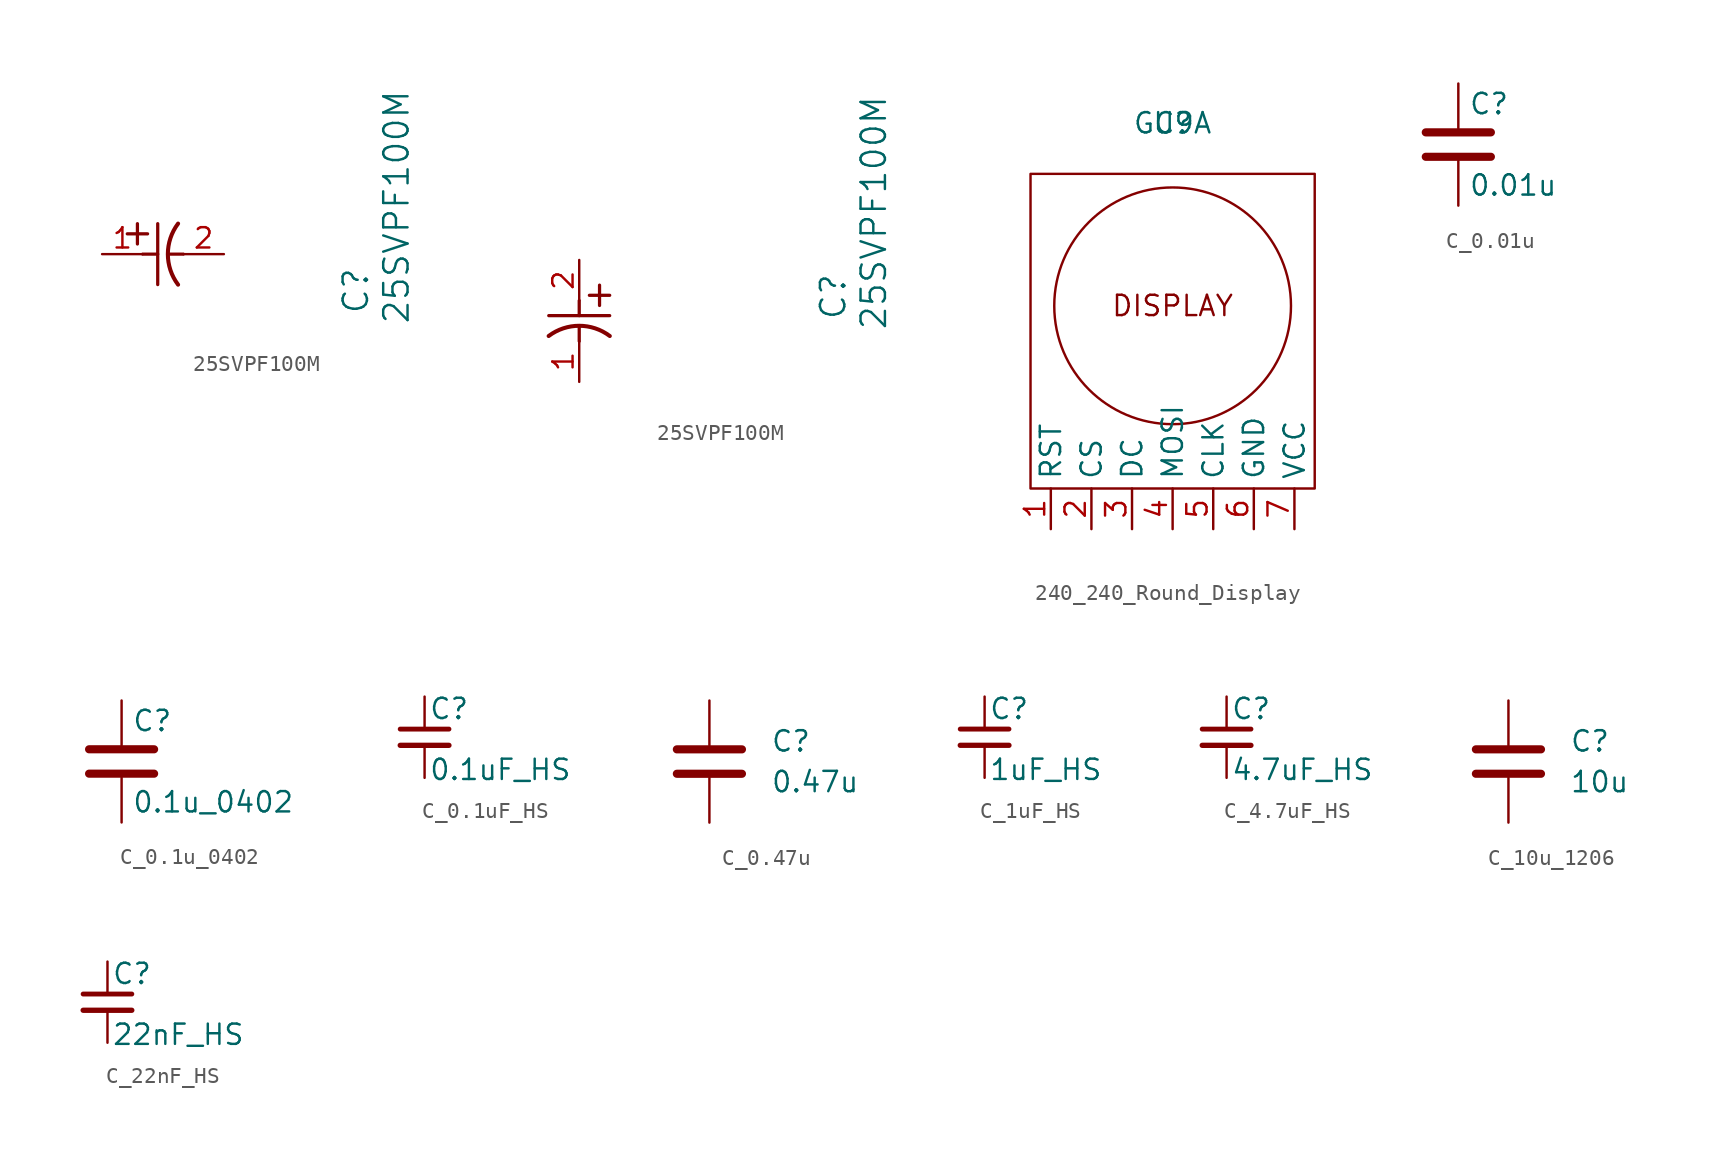
<source format=kicad_sym>
(kicad_symbol_lib
  (version 20241209)
  (generator "kicad_symbol_editor")
  (generator_version "9.0")
  (symbol "25SVPF100M"
    (pin_names
      (offset 0.254))
    (property "Reference" "C"
      (at 15.875 -3.81 90)
      (effects (font (size 1.524 1.524)) (justify left)))
    (property "Value" "25SVPF100M"
      (at 18.415 -4.445 90)
      (effects (font (size 1.524 1.524)) (justify left)))
    (symbol "25SVPF100M_1_1"
      (polyline (pts (xy 1.575 1.27) (xy 2.845 1.27)) (stroke (width 0.203) (type default)) (fill (type none)))
      (polyline (pts (xy 2.21 0.635) (xy 2.21 1.905)) (stroke (width 0.203) (type default)) (fill (type none)))
      (polyline (pts (xy 2.54 0) (xy 3.48 0)) (stroke (width 0.203) (type default)) (fill (type none)))
      (polyline (pts (xy 3.48 -1.905) (xy 3.48 1.905)) (stroke (width 0.203) (type default)) (fill (type none)))
      (polyline (pts (xy 4.115 0) (xy 5.08 0)) (stroke (width 0.203) (type default)) (fill (type none)))
      (arc (start 4.7541 -1.9108) (mid 4.1148 0) (end 4.7541 1.9108) (stroke (width 0.254) (type default)) (fill (type none)))
      (pin unspecified line (at 0 0 0) (length 2.54) (name "" (effects (font (size 1.27 1.27)))) (number "1" (effects (font (size 1.27 1.27)))))
      (pin unspecified line (at 7.62 0 180) (length 2.54) (name "" (effects (font (size 1.27 1.27)))) (number "2" (effects (font (size 1.27 1.27))))))
    (symbol "25SVPF100M_1_2"
      (polyline (pts (xy -1.905 -3.48) (xy 1.905 -3.48)) (stroke (width 0.203) (type default)) (fill (type none)))
      (polyline (pts (xy 0 -2.54) (xy 0 -3.48)) (stroke (width 0.203) (type default)) (fill (type none)))
      (polyline (pts (xy 0 -4.115) (xy 0 -5.08)) (stroke (width 0.203) (type default)) (fill (type none)))
      (arc (start -1.9108 -4.7541) (mid 0 -4.1148) (end 1.9108 -4.7541) (stroke (width 0.254) (type default)) (fill (type none)))
      (polyline (pts (xy 0.635 -2.21) (xy 1.905 -2.21)) (stroke (width 0.203) (type default)) (fill (type none)))
      (polyline (pts (xy 1.27 -1.575) (xy 1.27 -2.845)) (stroke (width 0.203) (type default)) (fill (type none)))
      (pin unspecified line (at 0 0 270) (length 2.54) (name "" (effects (font (size 1.27 1.27)))) (number "2" (effects (font (size 1.27 1.27)))))
      (pin unspecified line (at 0 -7.62 90) (length 2.54) (name "" (effects (font (size 1.27 1.27)))) (number "1" (effects (font (size 1.27 1.27)))))))
  (symbol "240_240_Round_Display"
    (property "Reference" "U"
      (at 0 0 0)
      (effects (font (size 1.27 1.27))))
    (property "Value" "GC9A"
      (at 0 0 0)
      (effects (font (size 1.27 1.27))))
    (symbol "240_240_Round_Display_0_1"
      (rectangle (start -8.89 -3.175) (end 8.89 -22.86) (stroke (width 0) (type default)) (fill (type none)))
      (circle (center 0 -11.43) (radius 7.405) (stroke (width 0) (type default)) (fill (type none))))
    (symbol "240_240_Round_Display_1_1"
      (text "DISPLAY\n" (at 0 -11.43 0) (effects (font (size 1.27 1.27))))
      (pin input line (at -7.62 -25.4 90) (length 2.54) (name "RST" (effects (font (size 1.27 1.27)))) (number "1" (effects (font (size 1.27 1.27)))))
      (pin input line (at -5.08 -25.4 90) (length 2.54) (name "CS" (effects (font (size 1.27 1.27)))) (number "2" (effects (font (size 1.27 1.27)))))
      (pin input line (at -2.54 -25.4 90) (length 2.54) (name "DC" (effects (font (size 1.27 1.27)))) (number "3" (effects (font (size 1.27 1.27)))))
      (pin input line (at 0 -25.4 90) (length 2.54) (name "MOSI" (effects (font (size 1.27 1.27)))) (number "4" (effects (font (size 1.27 1.27)))))
      (pin input line (at 2.54 -25.4 90) (length 2.54) (name "CLK" (effects (font (size 1.27 1.27)))) (number "5" (effects (font (size 1.27 1.27)))))
      (pin power_in line (at 5.08 -25.4 90) (length 2.54) (name "GND" (effects (font (size 1.27 1.27)))) (number "6" (effects (font (size 1.27 1.27)))))
      (pin power_in line (at 7.62 -25.4 90) (length 2.54) (name "VCC" (effects (font (size 1.27 1.27)))) (number "7" (effects (font (size 1.27 1.27)))))))
  (symbol "C_0.01u"
    (pin_numbers
      (hide yes))
    (pin_names
      (offset 0.254))
    (property "Reference" "C"
      (at 0.635 2.54 0)
      (effects (font (size 1.27 1.27)) (justify left)))
    (property "Value" "0.01u"
      (at 0.635 -2.54 0)
      (effects (font (size 1.27 1.27)) (justify left)))
    (symbol "C_0.01u_0_1"
      (polyline (pts (xy -2.032 0.762) (xy 2.032 0.762)) (stroke (width 0.508) (type default)) (fill (type none)))
      (polyline (pts (xy -2.032 -0.762) (xy 2.032 -0.762)) (stroke (width 0.508) (type default)) (fill (type none))))
    (symbol "C_0.01u_1_1"
      (pin passive line (at 0 3.81 270) (length 2.794) (name "~" (effects (font (size 1.27 1.27)))) (number "1" (effects (font (size 1.27 1.27)))))
      (pin passive line (at 0 -3.81 90) (length 2.794) (name "~" (effects (font (size 1.27 1.27)))) (number "2" (effects (font (size 1.27 1.27)))))))
  (symbol "C_0.1u_0402"
    (pin_numbers
      (hide yes))
    (pin_names
      (offset 0.254))
    (property "Reference" "C"
      (at 0.635 2.54 0)
      (effects (font (size 1.27 1.27)) (justify left)))
    (property "Value" "0.1u_0402"
      (at 0.635 -2.54 0)
      (effects (font (size 1.27 1.27)) (justify left)))
    (symbol "C_0.1u_0402_0_1"
      (polyline (pts (xy -2.032 0.762) (xy 2.032 0.762)) (stroke (width 0.508) (type default)) (fill (type none)))
      (polyline (pts (xy -2.032 -0.762) (xy 2.032 -0.762)) (stroke (width 0.508) (type default)) (fill (type none))))
    (symbol "C_0.1u_0402_1_1"
      (pin passive line (at 0 3.81 270) (length 2.794) (name "~" (effects (font (size 1.27 1.27)))) (number "1" (effects (font (size 1.27 1.27)))))
      (pin passive line (at 0 -3.81 90) (length 2.794) (name "~" (effects (font (size 1.27 1.27)))) (number "2" (effects (font (size 1.27 1.27)))))))
  (symbol "C_0.1uF_HS"
    (pin_numbers
      (hide yes))
    (pin_names
      (offset 0.254)
      (hide yes))
    (property "Reference" "C"
      (at 0.254 1.778 0)
      (effects (font (size 1.27 1.27)) (justify left)))
    (property "Value" "0.1uF_HS"
      (at 0.254 -2.032 0)
      (effects (font (size 1.27 1.27)) (justify left)))
    (symbol "C_0.1uF_HS_0_1"
      (polyline (pts (xy -1.524 0.508) (xy 1.524 0.508)) (stroke (width 0.305) (type default)) (fill (type none)))
      (polyline (pts (xy -1.524 -0.508) (xy 1.524 -0.508)) (stroke (width 0.33) (type default)) (fill (type none))))
    (symbol "C_0.1uF_HS_1_1"
      (pin passive line (at 0 2.54 270) (length 2.032) (name "~" (effects (font (size 1.27 1.27)))) (number "1" (effects (font (size 1.27 1.27)))))
      (pin passive line (at 0 -2.54 90) (length 2.032) (name "~" (effects (font (size 1.27 1.27)))) (number "2" (effects (font (size 1.27 1.27)))))))
  (symbol "C_0.47u"
    (pin_numbers
      (hide yes))
    (pin_names
      (offset 0.254))
    (property "Reference" "C"
      (at 3.81 1.27 0)
      (effects (font (size 1.27 1.27)) (justify left)))
    (property "Value" "0.47u"
      (at 3.81 -1.27 0)
      (effects (font (size 1.27 1.27)) (justify left)))
    (symbol "C_0.47u_0_1"
      (polyline (pts (xy -2.032 0.762) (xy 2.032 0.762)) (stroke (width 0.508) (type default)) (fill (type none)))
      (polyline (pts (xy -2.032 -0.762) (xy 2.032 -0.762)) (stroke (width 0.508) (type default)) (fill (type none))))
    (symbol "C_0.47u_1_1"
      (pin passive line (at 0 3.81 270) (length 2.794) (name "~" (effects (font (size 1.27 1.27)))) (number "1" (effects (font (size 1.27 1.27)))))
      (pin passive line (at 0 -3.81 90) (length 2.794) (name "~" (effects (font (size 1.27 1.27)))) (number "2" (effects (font (size 1.27 1.27)))))))
  (symbol "C_1uF_HS"
    (pin_numbers
      (hide yes))
    (pin_names
      (offset 0.254)
      (hide yes))
    (property "Reference" "C"
      (at 0.254 1.778 0)
      (effects (font (size 1.27 1.27)) (justify left)))
    (property "Value" "1uF_HS"
      (at 0.254 -2.032 0)
      (effects (font (size 1.27 1.27)) (justify left)))
    (symbol "C_1uF_HS_0_1"
      (polyline (pts (xy -1.524 0.508) (xy 1.524 0.508)) (stroke (width 0.305) (type default)) (fill (type none)))
      (polyline (pts (xy -1.524 -0.508) (xy 1.524 -0.508)) (stroke (width 0.33) (type default)) (fill (type none))))
    (symbol "C_1uF_HS_1_1"
      (pin passive line (at 0 2.54 270) (length 2.032) (name "~" (effects (font (size 1.27 1.27)))) (number "1" (effects (font (size 1.27 1.27)))))
      (pin passive line (at 0 -2.54 90) (length 2.032) (name "~" (effects (font (size 1.27 1.27)))) (number "2" (effects (font (size 1.27 1.27)))))))
  (symbol "C_4.7uF_HS"
    (pin_numbers
      (hide yes))
    (pin_names
      (offset 0.254)
      (hide yes))
    (property "Reference" "C"
      (at 0.254 1.778 0)
      (effects (font (size 1.27 1.27)) (justify left)))
    (property "Value" "4.7uF_HS"
      (at 0.254 -2.032 0)
      (effects (font (size 1.27 1.27)) (justify left)))
    (symbol "C_4.7uF_HS_0_1"
      (polyline (pts (xy -1.524 0.508) (xy 1.524 0.508)) (stroke (width 0.305) (type default)) (fill (type none)))
      (polyline (pts (xy -1.524 -0.508) (xy 1.524 -0.508)) (stroke (width 0.33) (type default)) (fill (type none))))
    (symbol "C_4.7uF_HS_1_1"
      (pin passive line (at 0 2.54 270) (length 2.032) (name "~" (effects (font (size 1.27 1.27)))) (number "1" (effects (font (size 1.27 1.27)))))
      (pin passive line (at 0 -2.54 90) (length 2.032) (name "~" (effects (font (size 1.27 1.27)))) (number "2" (effects (font (size 1.27 1.27)))))))
  (symbol "C_10u_1206"
    (pin_numbers
      (hide yes))
    (pin_names
      (offset 0.254))
    (property "Reference" "C"
      (at 3.81 1.27 0)
      (effects (font (size 1.27 1.27)) (justify left)))
    (property "Value" "10u"
      (at 3.81 -1.27 0)
      (effects (font (size 1.27 1.27)) (justify left)))
    (symbol "C_10u_1206_0_1"
      (polyline (pts (xy -2.032 0.762) (xy 2.032 0.762)) (stroke (width 0.508) (type default)) (fill (type none)))
      (polyline (pts (xy -2.032 -0.762) (xy 2.032 -0.762)) (stroke (width 0.508) (type default)) (fill (type none))))
    (symbol "C_10u_1206_1_1"
      (pin passive line (at 0 3.81 270) (length 2.794) (name "~" (effects (font (size 1.27 1.27)))) (number "1" (effects (font (size 1.27 1.27)))))
      (pin passive line (at 0 -3.81 90) (length 2.794) (name "~" (effects (font (size 1.27 1.27)))) (number "2" (effects (font (size 1.27 1.27)))))))
  (symbol "C_22nF_HS"
    (pin_numbers
      (hide yes))
    (pin_names
      (offset 0.254)
      (hide yes))
    (property "Reference" "C"
      (at 0.254 1.778 0)
      (effects (font (size 1.27 1.27)) (justify left)))
    (property "Value" "22nF_HS"
      (at 0.254 -2.032 0)
      (effects (font (size 1.27 1.27)) (justify left)))
    (symbol "C_22nF_HS_0_1"
      (polyline (pts (xy -1.524 0.508) (xy 1.524 0.508)) (stroke (width 0.305) (type default)) (fill (type none)))
      (polyline (pts (xy -1.524 -0.508) (xy 1.524 -0.508)) (stroke (width 0.33) (type default)) (fill (type none))))
    (symbol "C_22nF_HS_1_1"
      (pin passive line (at 0 2.54 270) (length 2.032) (name "~" (effects (font (size 1.27 1.27)))) (number "1" (effects (font (size 1.27 1.27)))))
      (pin passive line (at 0 -2.54 90) (length 2.032) (name "~" (effects (font (size 1.27 1.27)))) (number "2" (effects (font (size 1.27 1.27))))))))
</source>
